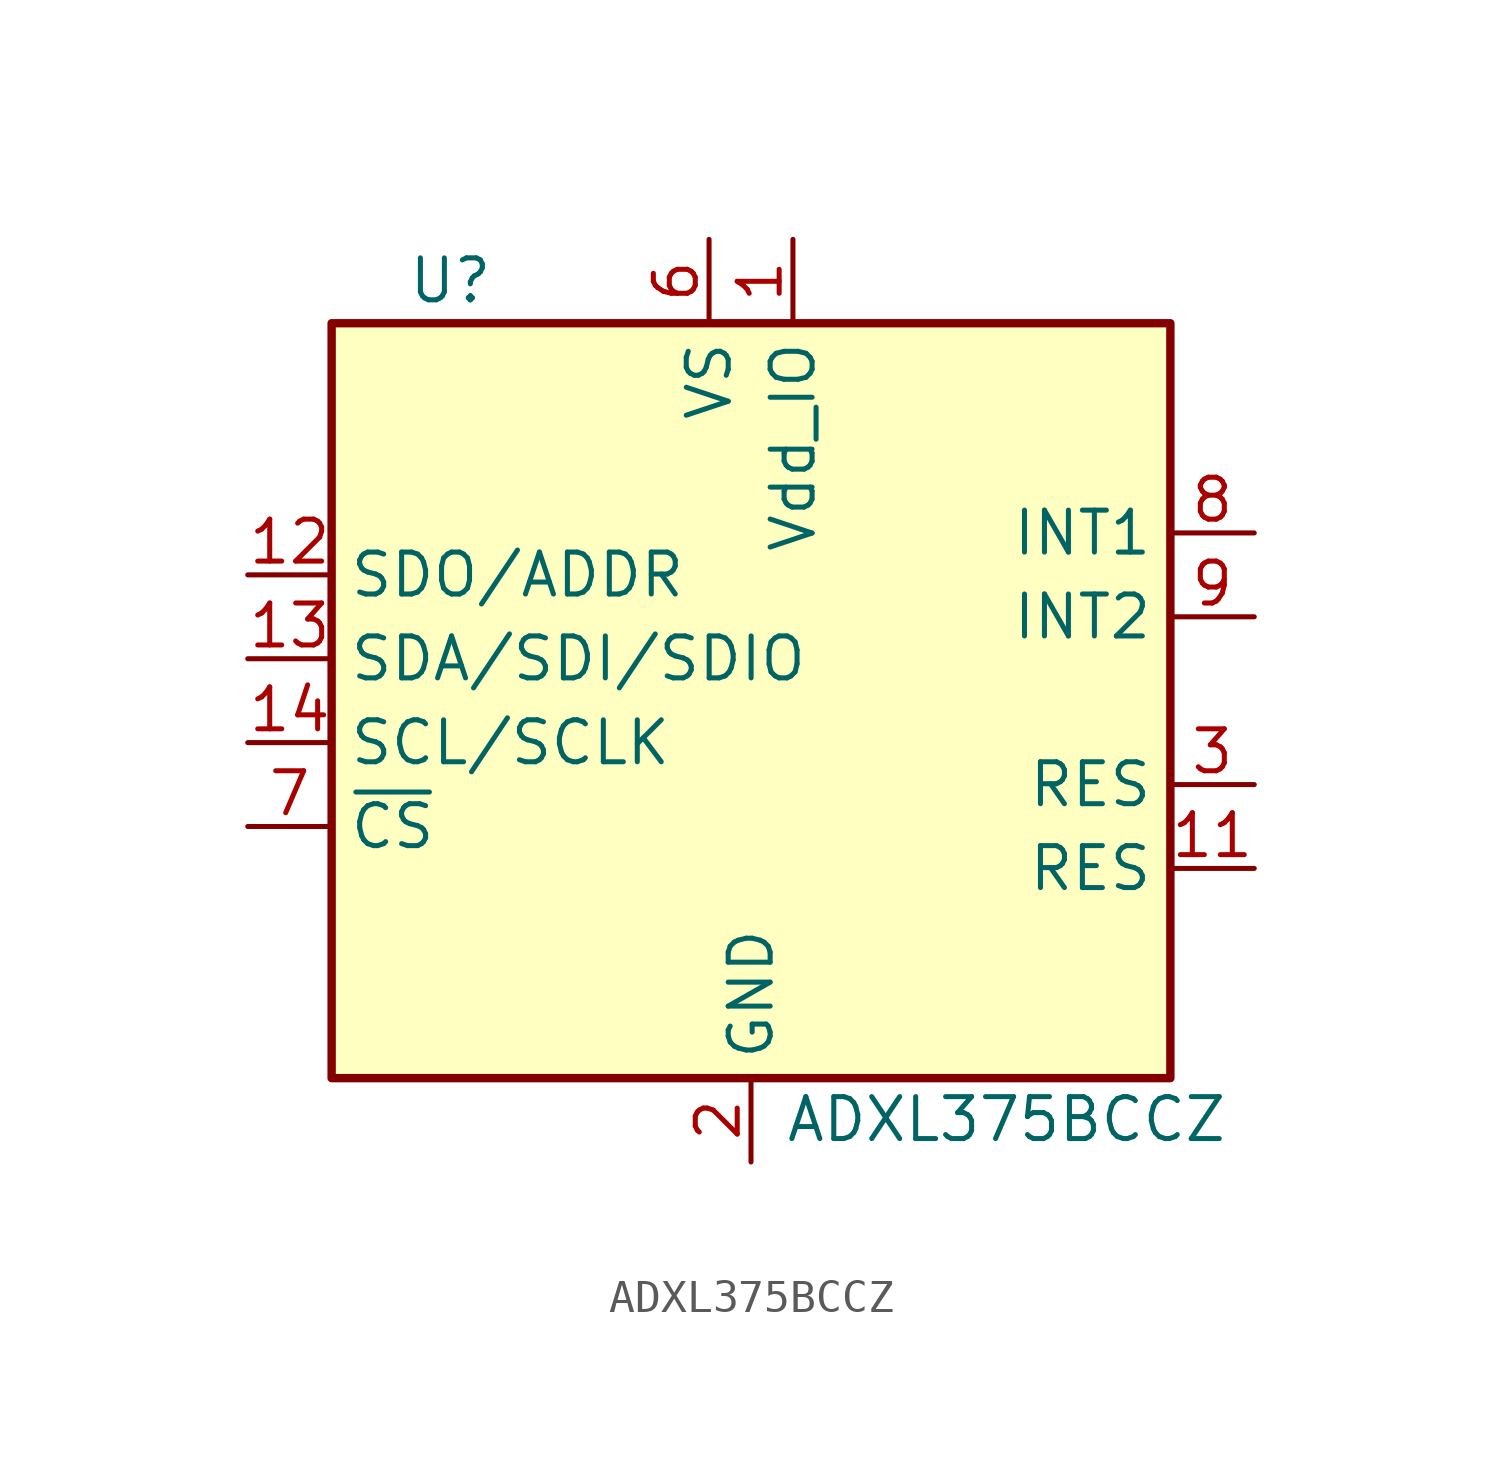
<source format=kicad_sym>
(kicad_symbol_lib
  (version 20231120)
  (generator "kicad_symbol_editor")
  (generator_version "8.0")
  (symbol "ADXL375BCCZ"
    (property "Reference" "U"
      (at -10.414 13.462 0)
      (effects (font (size 1.27 1.27)) (justify left top)))
    (property "Value" "ADXL375BCCZ"
      (at 1.016 -11.938 0)
      (effects (font (size 1.27 1.27)) (justify left top)))
    (symbol "ADXL375BCCZ_0_1"
      (rectangle (start -12.7 11.43) (end 12.7 -11.43) (stroke (width 0.254) (type default)) (fill (type background))))
    (symbol "ADXL375BCCZ_1_1"
      (pin power_in line (at 1.27 13.97 270) (length 2.54) (name "Vdd_IO" (effects (font (size 1.27 1.27)))) (number "1" (effects (font (size 1.27 1.27)))))
      (pin no_connect line (at -5.08 -13.97 90) (length 2.54) hide (name "NC" (effects (font (size 1.27 1.27)))) (number "10" (effects (font (size 1.27 1.27)))))
      (pin passive line (at 15.24 -5.08 180) (length 2.54) (name "RES" (effects (font (size 1.27 1.27)))) (number "11" (effects (font (size 1.27 1.27)))))
      (pin bidirectional line (at -15.24 3.81 0) (length 2.54) (name "SDO/ADDR" (effects (font (size 1.27 1.27)))) (number "12" (effects (font (size 1.27 1.27)))))
      (pin bidirectional line (at -15.24 1.27 0) (length 2.54) (name "SDA/SDI/SDIO" (effects (font (size 1.27 1.27)))) (number "13" (effects (font (size 1.27 1.27)))))
      (pin input line (at -15.24 -1.27 0) (length 2.54) (name "SCL/SCLK" (effects (font (size 1.27 1.27)))) (number "14" (effects (font (size 1.27 1.27)))))
      (pin power_in line (at 0 -13.97 90) (length 2.54) (name "GND" (effects (font (size 1.27 1.27)))) (number "2" (effects (font (size 1.27 1.27)))))
      (pin passive line (at 15.24 -2.54 180) (length 2.54) (name "RES" (effects (font (size 1.27 1.27)))) (number "3" (effects (font (size 1.27 1.27)))))
      (pin passive line (at 0 -13.97 90) (length 2.54) hide (name "GND" (effects (font (size 1.27 1.27)))) (number "4" (effects (font (size 1.27 1.27)))))
      (pin passive line (at 0 -13.97 90) (length 2.54) hide (name "GND" (effects (font (size 1.27 1.27)))) (number "5" (effects (font (size 1.27 1.27)))))
      (pin power_in line (at -1.27 13.97 270) (length 2.54) (name "VS" (effects (font (size 1.27 1.27)))) (number "6" (effects (font (size 1.27 1.27)))))
      (pin input line (at -15.24 -3.81 0) (length 2.54) (name "~{CS}" (effects (font (size 1.27 1.27)))) (number "7" (effects (font (size 1.27 1.27)))))
      (pin output line (at 15.24 5.08 180) (length 2.54) (name "INT1" (effects (font (size 1.27 1.27)))) (number "8" (effects (font (size 1.27 1.27)))))
      (pin output line (at 15.24 2.54 180) (length 2.54) (name "INT2" (effects (font (size 1.27 1.27)))) (number "9" (effects (font (size 1.27 1.27))))))))
</source>
